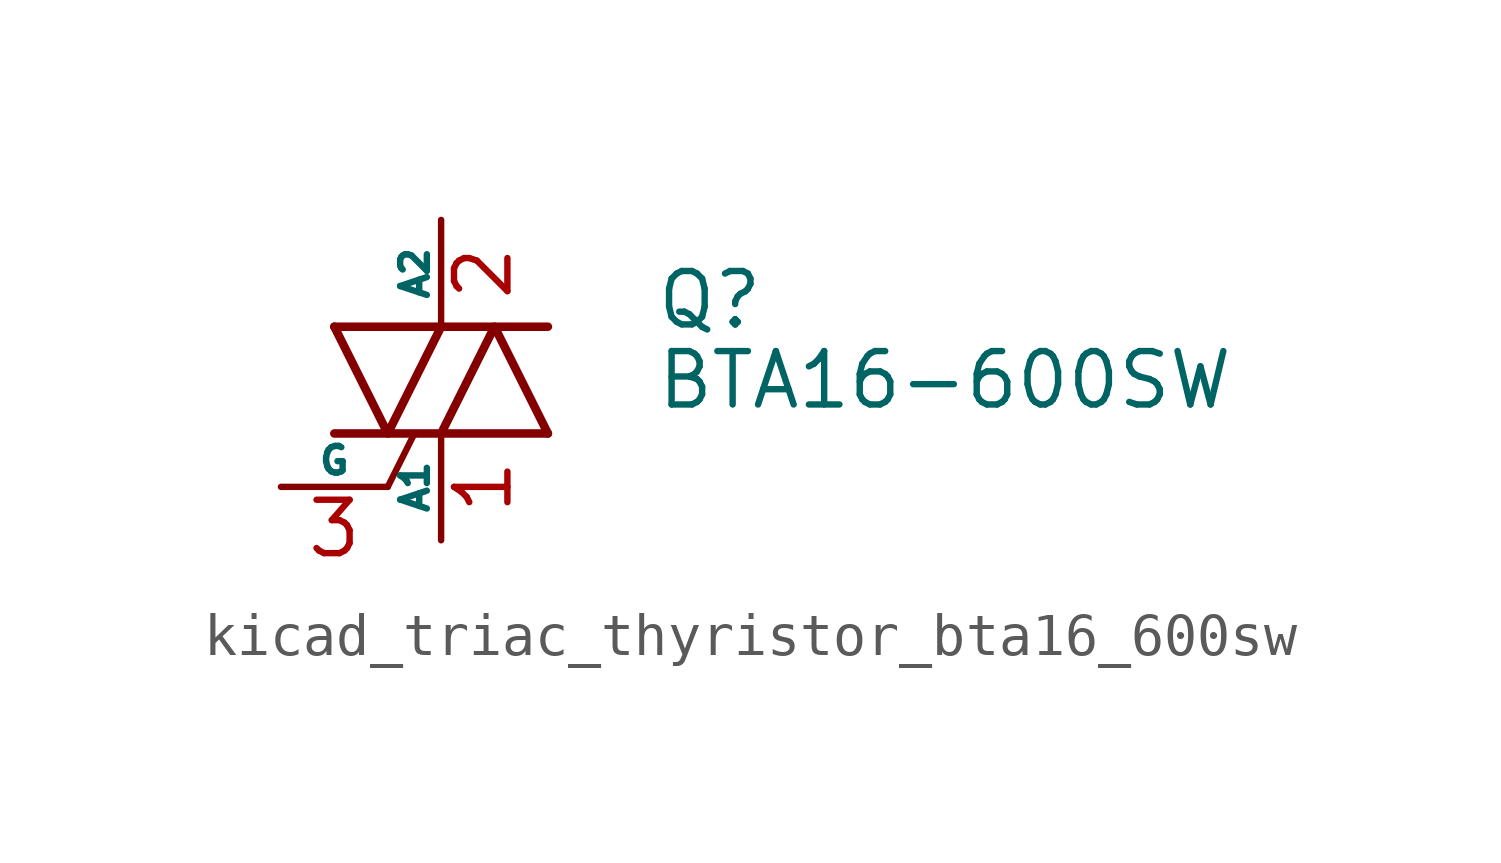
<source format=kicad_sym>
(kicad_symbol_lib
  (version 20220914)
  (generator kicad_symbol_editor)
  (symbol "kicad_triac_thyristor_bta16_600sw"
    (pin_names
      (offset 0))
    (property "Reference" "Q"
      (at 5.08 1.905 0)
      (effects (font (size 1.27 1.27)) (justify left)))
    (property "Value" "BTA16-600SW"
      (at 5.08 0 0)
      (effects (font (size 1.27 1.27)) (justify left)))
    (symbol "kicad_triac_thyristor_bta16_600sw_0_1"
      (polyline (pts (xy -2.54 -1.27) (xy 2.54 -1.27)) (stroke (width 0.203) (type default)) (fill (type none)))
      (polyline (pts (xy -2.54 1.27) (xy 2.54 1.27)) (stroke (width 0.203) (type default)) (fill (type none)))
      (polyline (pts (xy -1.27 -2.54) (xy -0.635 -1.27)) (stroke (width 0) (type default)) (fill (type none)))
      (polyline (pts (xy -2.54 1.27) (xy -1.27 -1.27) (xy 0 1.27)) (stroke (width 0.203) (type default)) (fill (type none)))
      (polyline (pts (xy 0 -1.27) (xy 1.27 1.27) (xy 2.54 -1.27)) (stroke (width 0.203) (type default)) (fill (type none))))
    (symbol "kicad_triac_thyristor_bta16_600sw_1_1"
      (pin passive line (at 0 -3.81 90) (length 2.54) (name "A1" (effects (font (size 0.635 0.635)))) (number "1" (effects (font (size 1.27 1.27)))))
      (pin passive line (at 0 3.81 270) (length 2.54) (name "A2" (effects (font (size 0.635 0.635)))) (number "2" (effects (font (size 1.27 1.27)))))
      (pin input line (at -3.81 -2.54 0) (length 2.54) (name "G" (effects (font (size 0.635 0.635)))) (number "3" (effects (font (size 1.27 1.27))))))))
</source>
